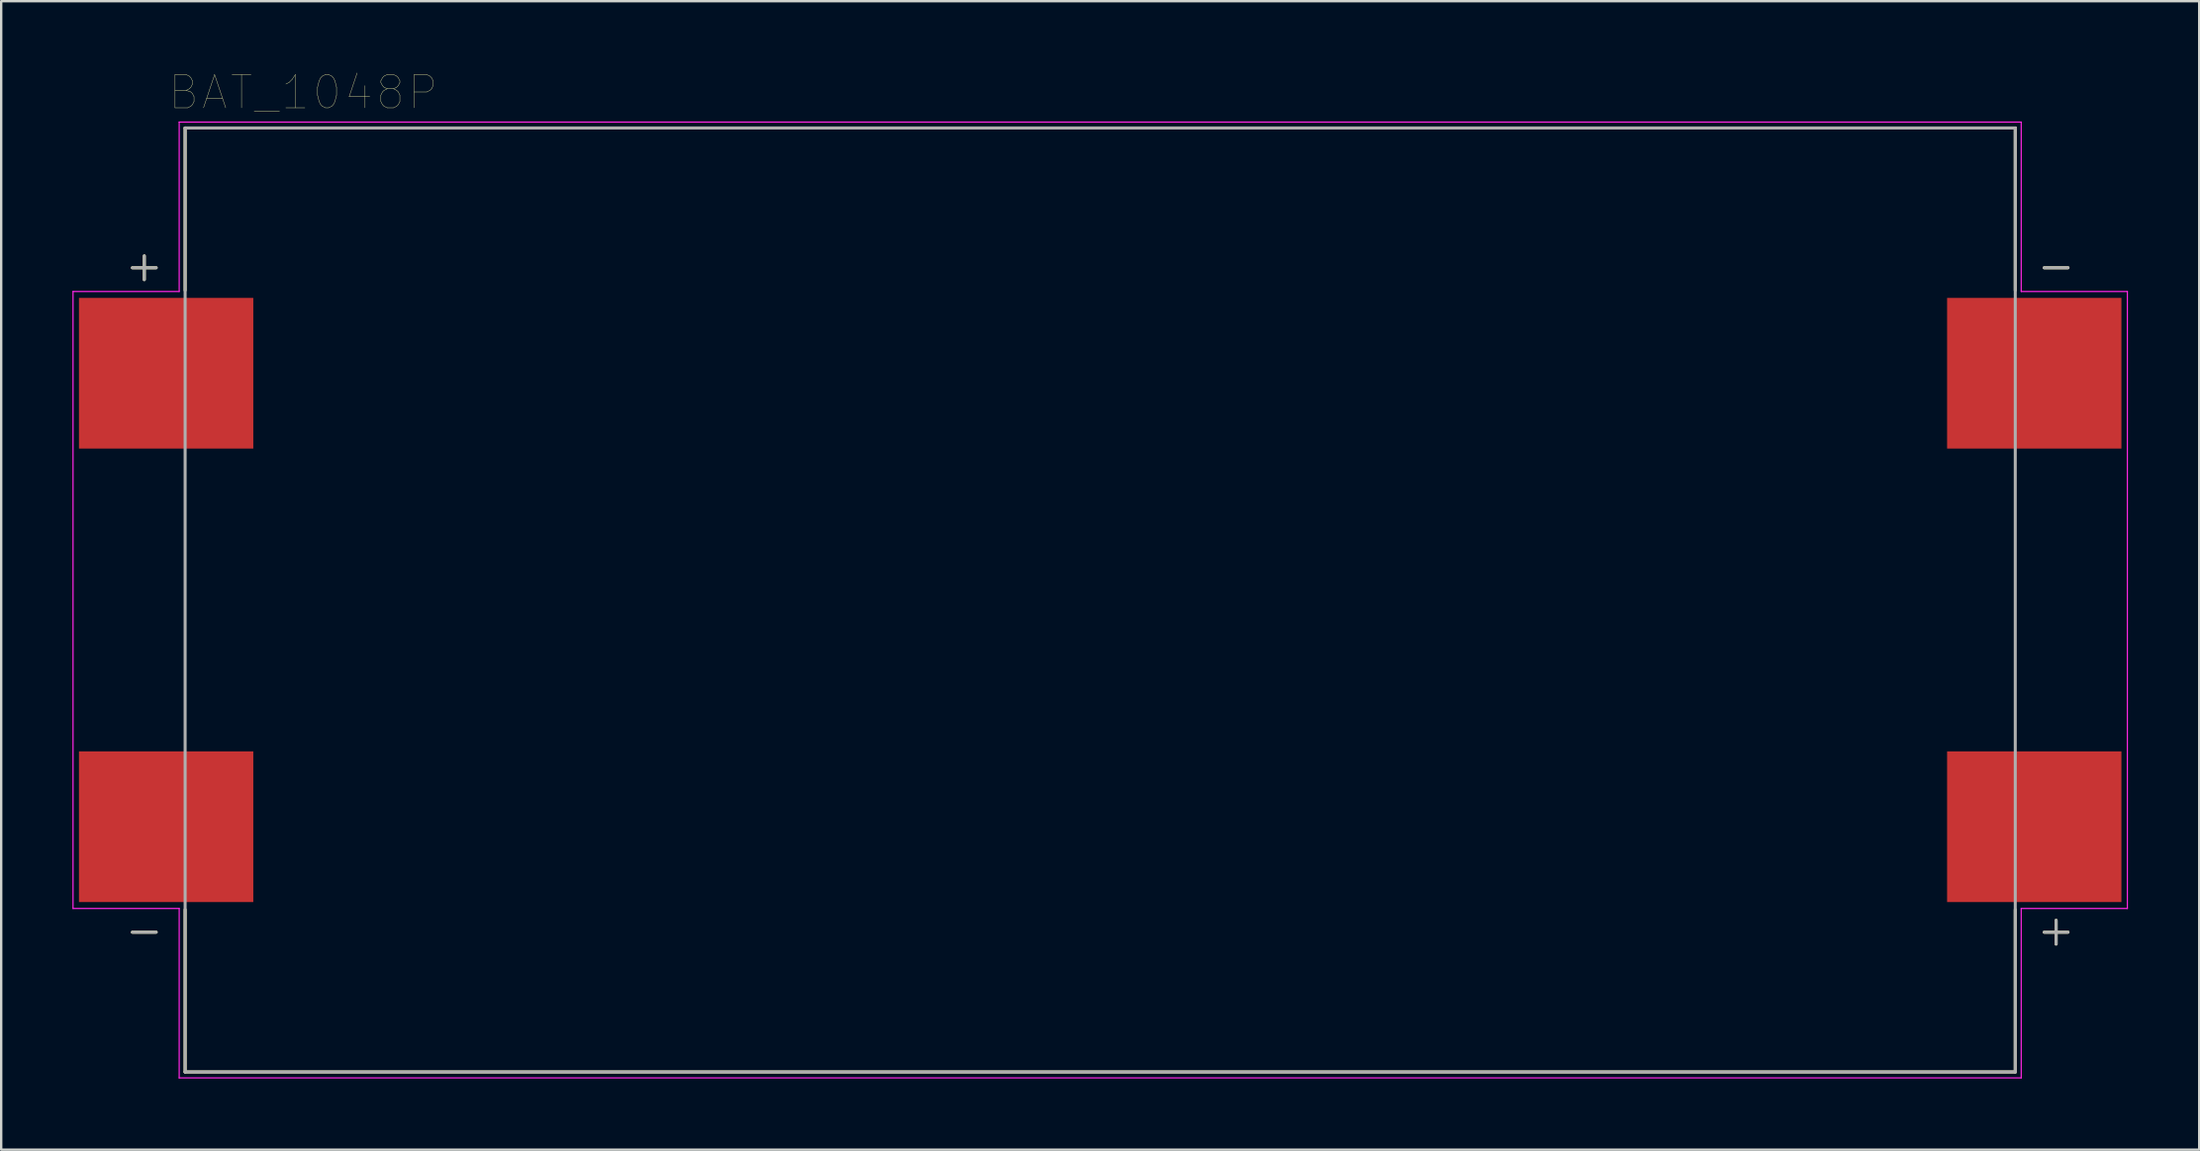
<source format=kicad_pcb>
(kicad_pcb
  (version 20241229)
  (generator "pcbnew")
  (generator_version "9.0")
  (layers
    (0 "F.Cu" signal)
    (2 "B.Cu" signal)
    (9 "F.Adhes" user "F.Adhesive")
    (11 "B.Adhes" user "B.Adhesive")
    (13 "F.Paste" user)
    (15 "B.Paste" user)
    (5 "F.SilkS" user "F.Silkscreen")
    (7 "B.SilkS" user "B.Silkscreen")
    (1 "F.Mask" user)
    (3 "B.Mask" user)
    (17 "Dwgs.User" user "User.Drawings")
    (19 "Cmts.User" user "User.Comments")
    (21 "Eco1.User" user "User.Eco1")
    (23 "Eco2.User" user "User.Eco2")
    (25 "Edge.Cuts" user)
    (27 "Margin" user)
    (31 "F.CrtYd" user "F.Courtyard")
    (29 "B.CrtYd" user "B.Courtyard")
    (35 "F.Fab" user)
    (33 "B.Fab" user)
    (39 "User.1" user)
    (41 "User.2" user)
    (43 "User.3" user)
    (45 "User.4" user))
  (footprint "BAT_1048P"
    (layer "F.Cu")
    (at 43.275 22.234)
    (property "Reference" "BAT_1048P" (at -33.555 -21.389 0) (layer "F.SilkS") (effects (font (size 1.4 1.4) (thickness 0.015))))
    (attr through_hole)
    (fp_line (start -40.75 -14) (end -39.75 -14) (stroke (width 0.127) (type solid)) (layer "F.SilkS"))
    (fp_line (start -40.75 14) (end -39.75 14) (stroke (width 0.127) (type solid)) (layer "F.SilkS"))
    (fp_line (start -40.25 -14.5) (end -40.25 -13.5) (stroke (width 0.127) (type solid)) (layer "F.SilkS"))
    (fp_line (start -38.53 -19.89) (end 38.53 -19.89) (stroke (width 0.127) (type solid)) (layer "F.SilkS"))
    (fp_line (start -38.53 -13.05) (end -38.53 -19.89) (stroke (width 0.127) (type solid)) (layer "F.SilkS"))
    (fp_line (start -38.53 13.05) (end -38.53 19.89) (stroke (width 0.127) (type solid)) (layer "F.SilkS"))
    (fp_line (start -38.53 19.89) (end 38.53 19.89) (stroke (width 0.127) (type solid)) (layer "F.SilkS"))
    (fp_line (start 38.53 -19.89) (end 38.53 -13.05) (stroke (width 0.127) (type solid)) (layer "F.SilkS"))
    (fp_line (start 38.53 19.89) (end 38.53 13.05) (stroke (width 0.127) (type solid)) (layer "F.SilkS"))
    (fp_line (start 40.25 14.5) (end 40.25 13.5) (stroke (width 0.127) (type solid)) (layer "F.SilkS"))
    (fp_line (start 40.75 -14) (end 39.75 -14) (stroke (width 0.127) (type solid)) (layer "F.SilkS"))
    (fp_line (start 40.75 14) (end 39.75 14) (stroke (width 0.127) (type solid)) (layer "F.SilkS"))
    (fp_line (start -43.25 -13) (end -38.78 -13) (stroke (width 0.05) (type solid)) (layer "F.CrtYd"))
    (fp_line (start -43.25 13) (end -43.25 -13) (stroke (width 0.05) (type solid)) (layer "F.CrtYd"))
    (fp_line (start -38.78 -20.14) (end 38.78 -20.14) (stroke (width 0.05) (type solid)) (layer "F.CrtYd"))
    (fp_line (start -38.78 -13) (end -38.78 -20.14) (stroke (width 0.05) (type solid)) (layer "F.CrtYd"))
    (fp_line (start -38.78 13) (end -43.25 13) (stroke (width 0.05) (type solid)) (layer "F.CrtYd"))
    (fp_line (start -38.78 20.14) (end -38.78 13) (stroke (width 0.05) (type solid)) (layer "F.CrtYd"))
    (fp_line (start 38.78 -20.14) (end 38.78 -13) (stroke (width 0.05) (type solid)) (layer "F.CrtYd"))
    (fp_line (start 38.78 -13) (end 43.25 -13) (stroke (width 0.05) (type solid)) (layer "F.CrtYd"))
    (fp_line (start 38.78 13) (end 38.78 20.14) (stroke (width 0.05) (type solid)) (layer "F.CrtYd"))
    (fp_line (start 38.78 20.14) (end -38.78 20.14) (stroke (width 0.05) (type solid)) (layer "F.CrtYd"))
    (fp_line (start 43.25 -13) (end 43.25 13) (stroke (width 0.05) (type solid)) (layer "F.CrtYd"))
    (fp_line (start 43.25 13) (end 38.78 13) (stroke (width 0.05) (type solid)) (layer "F.CrtYd"))
    (fp_line (start -40.75 -14) (end -39.75 -14) (stroke (width 0.127) (type solid)) (layer "F.Fab"))
    (fp_line (start -40.75 14) (end -39.75 14) (stroke (width 0.127) (type solid)) (layer "F.Fab"))
    (fp_line (start -40.25 -14.5) (end -40.25 -13.5) (stroke (width 0.127) (type solid)) (layer "F.Fab"))
    (fp_line (start -38.53 -19.89) (end 38.53 -19.89) (stroke (width 0.127) (type solid)) (layer "F.Fab"))
    (fp_line (start -38.53 19.89) (end -38.53 -19.89) (stroke (width 0.127) (type solid)) (layer "F.Fab"))
    (fp_line (start 38.53 -19.89) (end 38.53 19.89) (stroke (width 0.127) (type solid)) (layer "F.Fab"))
    (fp_line (start 38.53 19.89) (end -38.53 19.89) (stroke (width 0.127) (type solid)) (layer "F.Fab"))
    (fp_line (start 40.25 14.5) (end 40.25 13.5) (stroke (width 0.127) (type solid)) (layer "F.Fab"))
    (fp_line (start 40.75 -14) (end 39.75 -14) (stroke (width 0.127) (type solid)) (layer "F.Fab"))
    (fp_line (start 40.75 14) (end 39.75 14) (stroke (width 0.127) (type solid)) (layer "F.Fab"))
    (pad "1" smd rect (at 39.33 -9.555) (size 7.34 6.35) (layers "F.Cu" "F.Mask" "F.Paste"))
    (pad "1+" smd rect (at -39.33 -9.555) (size 7.34 6.35) (layers "F.Cu" "F.Mask" "F.Paste"))
    (pad "2" smd rect (at -39.33 9.555) (size 7.34 6.35) (layers "F.Cu" "F.Mask" "F.Paste"))
    (pad "2+" smd rect (at 39.33 9.555) (size 7.34 6.35) (layers "F.Cu" "F.Mask" "F.Paste")))
  (gr_rect
    (start -3 -3)
    (end 89.55 45.399)
    (stroke (width 0.1) (type default))
    (fill no)
    (layer "Edge.Cuts")))
</source>
